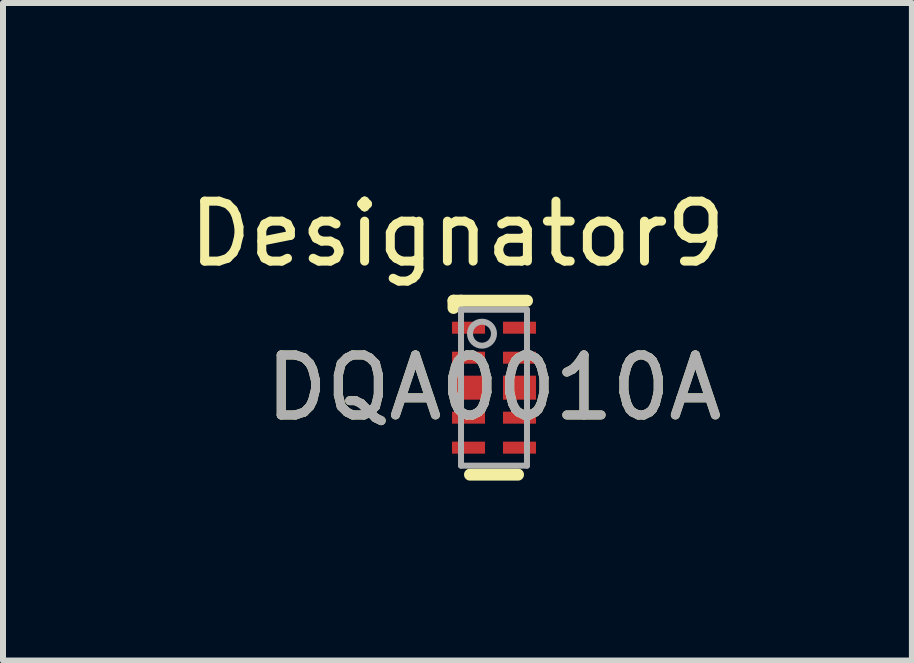
<source format=kicad_pcb>
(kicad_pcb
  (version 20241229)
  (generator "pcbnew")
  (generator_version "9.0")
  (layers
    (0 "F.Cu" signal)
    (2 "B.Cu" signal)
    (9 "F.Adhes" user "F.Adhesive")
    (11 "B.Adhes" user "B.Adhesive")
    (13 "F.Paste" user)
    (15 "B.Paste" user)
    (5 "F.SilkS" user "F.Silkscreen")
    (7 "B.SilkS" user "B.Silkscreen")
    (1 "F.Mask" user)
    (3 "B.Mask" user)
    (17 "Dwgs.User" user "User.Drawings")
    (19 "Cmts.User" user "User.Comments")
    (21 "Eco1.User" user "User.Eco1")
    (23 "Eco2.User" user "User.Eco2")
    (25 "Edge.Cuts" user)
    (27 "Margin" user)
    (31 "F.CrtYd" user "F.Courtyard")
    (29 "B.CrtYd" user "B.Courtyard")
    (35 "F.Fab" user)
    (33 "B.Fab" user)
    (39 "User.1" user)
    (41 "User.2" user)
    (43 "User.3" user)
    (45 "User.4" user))
  (footprint "DQA0010A"
    (layer "F.Cu")
    (at 5.187 3.414)
    (property "Reference" "DQA0010A" (at 0 0 0) (unlocked yes) (layer "F.SilkS") (effects (font (size 1 1) (thickness 0.15))))
    (attr smd)
    (fp_line (start -0.675 -1.45) (end -0.55 -1.45) (stroke (width 0.2) (type solid)) (layer "F.SilkS"))
    (fp_line (start -0.675 -1.33) (end -0.675 -1.45) (stroke (width 0.2) (type solid)) (layer "F.SilkS"))
    (fp_line (start -0.55 -1.45) (end 0.55 -1.45) (stroke (width 0.2) (type solid)) (layer "F.SilkS"))
    (fp_line (start -0.4 1.45) (end 0.4 1.45) (stroke (width 0.2) (type solid)) (layer "F.SilkS"))
    (fp_line (start -0.55 -1.3) (end 0.55 -1.3) (stroke (width 0.1) (type solid)) (layer "F.Fab"))
    (fp_line (start -0.55 1.3) (end -0.55 -1.3) (stroke (width 0.1) (type solid)) (layer "F.Fab"))
    (fp_line (start -0.55 1.3) (end 0.55 1.3) (stroke (width 0.1) (type solid)) (layer "F.Fab"))
    (fp_line (start 0.55 1.3) (end 0.55 -1.3) (stroke (width 0.1) (type solid)) (layer "F.Fab"))
    (fp_circle (center -0.2 -0.9) (end 0 -0.9) (stroke (width 0.1) (type solid)) (fill no) (layer "F.Fab"))
    (fp_text user "Designator9" (at -0.61 -2.565 0) (unlocked yes) (layer "F.SilkS") (effects (font (size 1 1) (thickness 0.15))))
    (fp_text user "${REFERENCE}" (at 0 0 0) (unlocked yes) (layer "F.Fab") (effects (font (size 1 1) (thickness 0.15))))
    (pad "1" smd rect (at -0.425 -1 90) (size 0.2 0.55) (layers "F.Cu" "F.Mask" "F.Paste"))
    (pad "2" smd rect (at -0.425 -0.5 90) (size 0.2 0.55) (layers "F.Cu" "F.Mask" "F.Paste"))
    (pad "3" smd rect (at -0.425 -0.000003 90) (size 0.4 0.55) (layers "F.Cu" "F.Mask" "F.Paste"))
    (pad "4" smd rect (at -0.425 0.5 90) (size 0.2 0.55) (layers "F.Cu" "F.Mask" "F.Paste"))
    (pad "5" smd rect (at -0.425 1 90) (size 0.2 0.55) (layers "F.Cu" "F.Mask" "F.Paste"))
    (pad "6" smd rect (at 0.425 1 90) (size 0.2 0.55) (layers "F.Cu" "F.Mask" "F.Paste"))
    (pad "7" smd rect (at 0.425 0.5 90) (size 0.2 0.55) (layers "F.Cu" "F.Mask" "F.Paste"))
    (pad "8" smd rect (at 0.425 -0.000003 90) (size 0.4 0.55) (layers "F.Cu" "F.Mask" "F.Paste"))
    (pad "9" smd rect (at 0.425 -0.5 90) (size 0.2 0.55) (layers "F.Cu" "F.Mask" "F.Paste"))
    (pad "10" smd rect (at 0.425 -1 90) (size 0.2 0.55) (layers "F.Cu" "F.Mask" "F.Paste")))
  (gr_rect
    (start -3 -3)
    (end 12.155 7.964)
    (stroke (width 0.1) (type default))
    (fill no)
    (layer "Edge.Cuts")))
</source>
